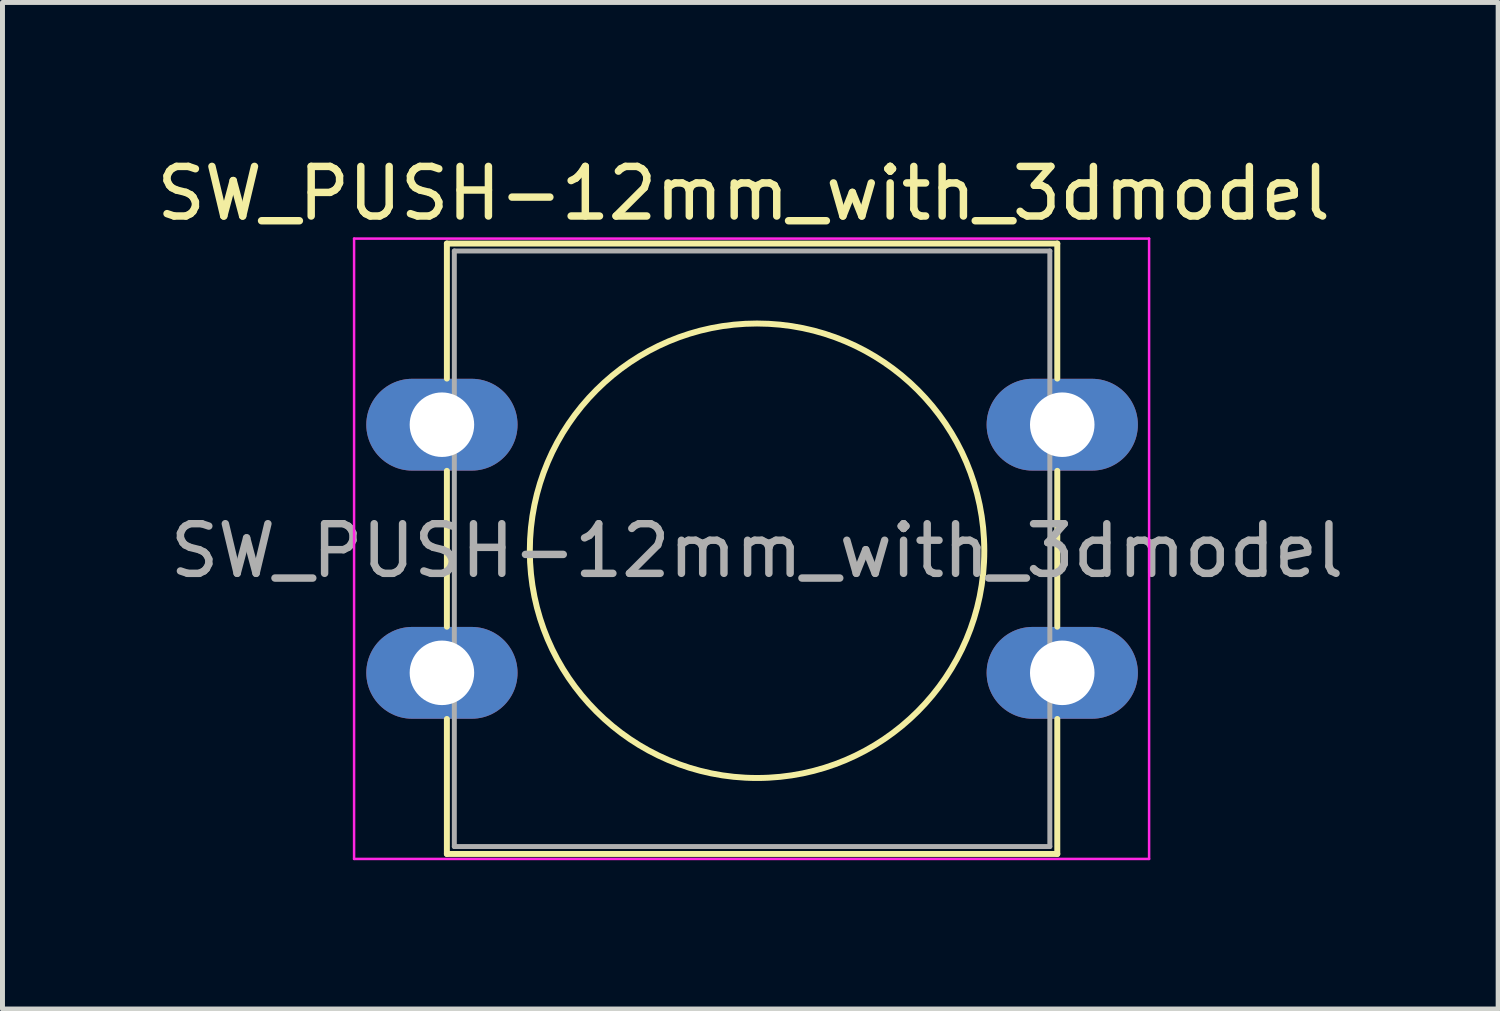
<source format=kicad_pcb>
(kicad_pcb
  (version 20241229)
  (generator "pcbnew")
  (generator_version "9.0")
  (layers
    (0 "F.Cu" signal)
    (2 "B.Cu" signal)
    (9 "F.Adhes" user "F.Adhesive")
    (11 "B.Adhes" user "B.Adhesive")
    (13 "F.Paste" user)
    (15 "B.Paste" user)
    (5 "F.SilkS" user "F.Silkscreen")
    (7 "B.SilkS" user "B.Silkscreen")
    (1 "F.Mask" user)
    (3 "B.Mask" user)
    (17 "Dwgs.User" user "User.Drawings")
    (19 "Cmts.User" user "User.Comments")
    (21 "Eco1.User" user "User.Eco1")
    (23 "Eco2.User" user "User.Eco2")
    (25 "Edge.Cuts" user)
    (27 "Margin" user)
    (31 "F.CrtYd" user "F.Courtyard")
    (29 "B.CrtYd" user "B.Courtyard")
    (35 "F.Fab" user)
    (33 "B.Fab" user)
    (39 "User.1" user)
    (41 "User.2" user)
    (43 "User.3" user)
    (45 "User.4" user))
  (footprint "SW_PUSH-12mm_with_3dmodel"
    (layer "F.Cu")
    (at 5.855 5.508)
    (property "Reference" "SW_PUSH-12mm_with_3dmodel" (at 6.08 -4.66 0) (layer "F.SilkS") (effects (font (size 1 1) (thickness 0.15))))
    (attr through_hole)
    (fp_line (start 0.1 -3.65) (end 12.4 -3.65) (stroke (width 0.12) (type solid)) (layer "F.SilkS"))
    (fp_line (start 0.1 -0.93) (end 0.1 -3.65) (stroke (width 0.12) (type solid)) (layer "F.SilkS"))
    (fp_line (start 0.1 4.07) (end 0.1 0.93) (stroke (width 0.12) (type solid)) (layer "F.SilkS"))
    (fp_line (start 0.1 8.65) (end 0.1 5.93) (stroke (width 0.12) (type solid)) (layer "F.SilkS"))
    (fp_line (start 12.4 -3.65) (end 12.4 -0.93) (stroke (width 0.12) (type solid)) (layer "F.SilkS"))
    (fp_line (start 12.4 0.93) (end 12.4 4.07) (stroke (width 0.12) (type solid)) (layer "F.SilkS"))
    (fp_line (start 12.4 5.93) (end 12.4 8.65) (stroke (width 0.12) (type solid)) (layer "F.SilkS"))
    (fp_line (start 12.4 8.65) (end 0.1 8.65) (stroke (width 0.12) (type solid)) (layer "F.SilkS"))
    (fp_circle (center 6.35 2.54) (end 10.16 5.08) (stroke (width 0.12) (type solid)) (fill no) (layer "F.SilkS"))
    (fp_line (start -1.77 -3.75) (end -1.77 8.75) (stroke (width 0.05) (type solid)) (layer "F.CrtYd"))
    (fp_line (start -1.77 -3.75) (end 14.25 -3.75) (stroke (width 0.05) (type solid)) (layer "F.CrtYd"))
    (fp_line (start 14.25 8.75) (end -1.77 8.75) (stroke (width 0.05) (type solid)) (layer "F.CrtYd"))
    (fp_line (start 14.25 8.75) (end 14.25 -3.75) (stroke (width 0.05) (type solid)) (layer "F.CrtYd"))
    (fp_line (start 0.25 -3.5) (end 0.25 8.5) (stroke (width 0.1) (type solid)) (layer "F.Fab"))
    (fp_line (start 0.25 -3.5) (end 12.25 -3.5) (stroke (width 0.1) (type solid)) (layer "F.Fab"))
    (fp_line (start 0.25 8.5) (end 12.25 8.5) (stroke (width 0.1) (type solid)) (layer "F.Fab"))
    (fp_line (start 12.25 -3.5) (end 12.25 8.5) (stroke (width 0.1) (type solid)) (layer "F.Fab"))
    (fp_text user "${REFERENCE}" (at 6.35 2.54 0) (layer "F.Fab") (effects (font (size 1 1) (thickness 0.15))))
    (pad "1" thru_hole oval (at 0 0) (size 3.048 1.85) (drill 1.3) (layers "*.Cu" "*.Mask"))
    (pad "1" thru_hole oval (at 12.5 0) (size 3.048 1.85) (drill 1.3) (layers "*.Cu" "*.Mask"))
    (pad "2" thru_hole oval (at 0 5) (size 3.048 1.85) (drill 1.3) (layers "*.Cu" "*.Mask"))
    (pad "2" thru_hole oval (at 12.5 5) (size 3.048 1.85) (drill 1.3) (layers "*.Cu" "*.Mask")))
  (gr_rect
    (start -3 -3)
    (end 27.139 17.283)
    (stroke (width 0.1) (type default))
    (fill no)
    (layer "Edge.Cuts")))
</source>
